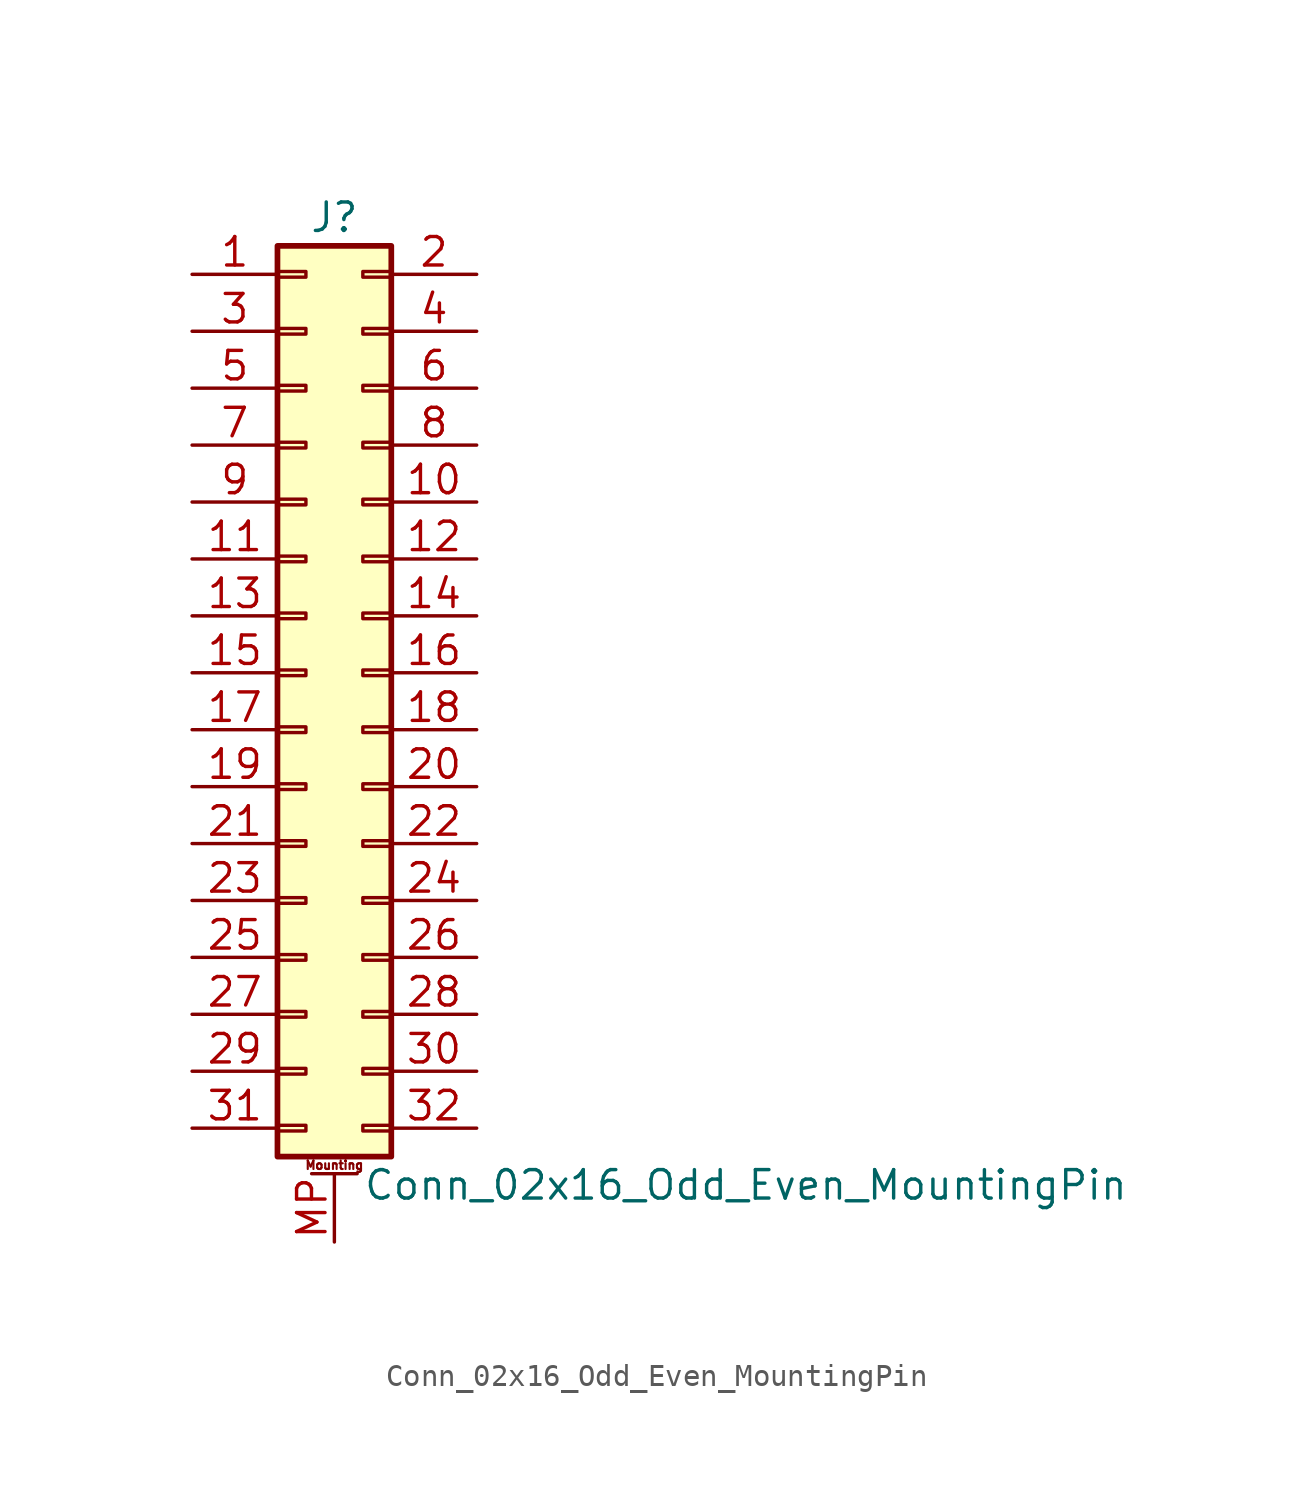
<source format=kicad_sym>
(kicad_symbol_lib
  (version 20211014)
  (generator kicad_symbol_editor)
  (symbol "Conn_02x16_Odd_Even_MountingPin"
    (pin_names
      (offset 1.016) hide)
    (property "Reference" "J"
      (at 1.27 20.32 0)
      (effects (font (size 1.27 1.27))))
    (property "Value" "Conn_02x16_Odd_Even_MountingPin"
      (at 2.54 -22.86 0)
      (effects (font (size 1.27 1.27)) (justify left)))
    (symbol "Conn_02x16_Odd_Even_MountingPin_1_1"
      (rectangle (start -1.27 -20.193) (end 0 -20.447) (stroke (width 0.152) (type default) (color 0 0 0 0)) (fill (type none)))
      (rectangle (start -1.27 -17.653) (end 0 -17.907) (stroke (width 0.152) (type default) (color 0 0 0 0)) (fill (type none)))
      (rectangle (start -1.27 -15.113) (end 0 -15.367) (stroke (width 0.152) (type default) (color 0 0 0 0)) (fill (type none)))
      (rectangle (start -1.27 -12.573) (end 0 -12.827) (stroke (width 0.152) (type default) (color 0 0 0 0)) (fill (type none)))
      (rectangle (start -1.27 -10.033) (end 0 -10.287) (stroke (width 0.152) (type default) (color 0 0 0 0)) (fill (type none)))
      (rectangle (start -1.27 -7.493) (end 0 -7.747) (stroke (width 0.152) (type default) (color 0 0 0 0)) (fill (type none)))
      (rectangle (start -1.27 -4.953) (end 0 -5.207) (stroke (width 0.152) (type default) (color 0 0 0 0)) (fill (type none)))
      (rectangle (start -1.27 -2.413) (end 0 -2.667) (stroke (width 0.152) (type default) (color 0 0 0 0)) (fill (type none)))
      (rectangle (start -1.27 0.127) (end 0 -0.127) (stroke (width 0.152) (type default) (color 0 0 0 0)) (fill (type none)))
      (rectangle (start -1.27 2.667) (end 0 2.413) (stroke (width 0.152) (type default) (color 0 0 0 0)) (fill (type none)))
      (rectangle (start -1.27 5.207) (end 0 4.953) (stroke (width 0.152) (type default) (color 0 0 0 0)) (fill (type none)))
      (rectangle (start -1.27 7.747) (end 0 7.493) (stroke (width 0.152) (type default) (color 0 0 0 0)) (fill (type none)))
      (rectangle (start -1.27 10.287) (end 0 10.033) (stroke (width 0.152) (type default) (color 0 0 0 0)) (fill (type none)))
      (rectangle (start -1.27 12.827) (end 0 12.573) (stroke (width 0.152) (type default) (color 0 0 0 0)) (fill (type none)))
      (rectangle (start -1.27 15.367) (end 0 15.113) (stroke (width 0.152) (type default) (color 0 0 0 0)) (fill (type none)))
      (rectangle (start -1.27 17.907) (end 0 17.653) (stroke (width 0.152) (type default) (color 0 0 0 0)) (fill (type none)))
      (rectangle (start -1.27 19.05) (end 3.81 -21.59) (stroke (width 0.254) (type default) (color 0 0 0 0)) (fill (type background)))
      (polyline (pts (xy 0.254 -22.352) (xy 2.286 -22.352)) (stroke (width 0.152) (type default) (color 0 0 0 0)) (fill (type none)))
      (rectangle (start 3.81 -20.193) (end 2.54 -20.447) (stroke (width 0.152) (type default) (color 0 0 0 0)) (fill (type none)))
      (rectangle (start 3.81 -17.653) (end 2.54 -17.907) (stroke (width 0.152) (type default) (color 0 0 0 0)) (fill (type none)))
      (rectangle (start 3.81 -15.113) (end 2.54 -15.367) (stroke (width 0.152) (type default) (color 0 0 0 0)) (fill (type none)))
      (rectangle (start 3.81 -12.573) (end 2.54 -12.827) (stroke (width 0.152) (type default) (color 0 0 0 0)) (fill (type none)))
      (rectangle (start 3.81 -10.033) (end 2.54 -10.287) (stroke (width 0.152) (type default) (color 0 0 0 0)) (fill (type none)))
      (rectangle (start 3.81 -7.493) (end 2.54 -7.747) (stroke (width 0.152) (type default) (color 0 0 0 0)) (fill (type none)))
      (rectangle (start 3.81 -4.953) (end 2.54 -5.207) (stroke (width 0.152) (type default) (color 0 0 0 0)) (fill (type none)))
      (rectangle (start 3.81 -2.413) (end 2.54 -2.667) (stroke (width 0.152) (type default) (color 0 0 0 0)) (fill (type none)))
      (rectangle (start 3.81 0.127) (end 2.54 -0.127) (stroke (width 0.152) (type default) (color 0 0 0 0)) (fill (type none)))
      (rectangle (start 3.81 2.667) (end 2.54 2.413) (stroke (width 0.152) (type default) (color 0 0 0 0)) (fill (type none)))
      (rectangle (start 3.81 5.207) (end 2.54 4.953) (stroke (width 0.152) (type default) (color 0 0 0 0)) (fill (type none)))
      (rectangle (start 3.81 7.747) (end 2.54 7.493) (stroke (width 0.152) (type default) (color 0 0 0 0)) (fill (type none)))
      (rectangle (start 3.81 10.287) (end 2.54 10.033) (stroke (width 0.152) (type default) (color 0 0 0 0)) (fill (type none)))
      (rectangle (start 3.81 12.827) (end 2.54 12.573) (stroke (width 0.152) (type default) (color 0 0 0 0)) (fill (type none)))
      (rectangle (start 3.81 15.367) (end 2.54 15.113) (stroke (width 0.152) (type default) (color 0 0 0 0)) (fill (type none)))
      (rectangle (start 3.81 17.907) (end 2.54 17.653) (stroke (width 0.152) (type default) (color 0 0 0 0)) (fill (type none)))
      (text "Mounting" (at 1.27 -21.971 0) (effects (font (size 0.381 0.381))))
      (pin passive line (at -5.08 17.78 0) (length 3.81) (name "Pin_1" (effects (font (size 1.27 1.27)))) (number "1" (effects (font (size 1.27 1.27)))))
      (pin passive line (at 7.62 7.62 180) (length 3.81) (name "Pin_10" (effects (font (size 1.27 1.27)))) (number "10" (effects (font (size 1.27 1.27)))))
      (pin passive line (at -5.08 5.08 0) (length 3.81) (name "Pin_11" (effects (font (size 1.27 1.27)))) (number "11" (effects (font (size 1.27 1.27)))))
      (pin passive line (at 7.62 5.08 180) (length 3.81) (name "Pin_12" (effects (font (size 1.27 1.27)))) (number "12" (effects (font (size 1.27 1.27)))))
      (pin passive line (at -5.08 2.54 0) (length 3.81) (name "Pin_13" (effects (font (size 1.27 1.27)))) (number "13" (effects (font (size 1.27 1.27)))))
      (pin passive line (at 7.62 2.54 180) (length 3.81) (name "Pin_14" (effects (font (size 1.27 1.27)))) (number "14" (effects (font (size 1.27 1.27)))))
      (pin passive line (at -5.08 0 0) (length 3.81) (name "Pin_15" (effects (font (size 1.27 1.27)))) (number "15" (effects (font (size 1.27 1.27)))))
      (pin passive line (at 7.62 0 180) (length 3.81) (name "Pin_16" (effects (font (size 1.27 1.27)))) (number "16" (effects (font (size 1.27 1.27)))))
      (pin passive line (at -5.08 -2.54 0) (length 3.81) (name "Pin_17" (effects (font (size 1.27 1.27)))) (number "17" (effects (font (size 1.27 1.27)))))
      (pin passive line (at 7.62 -2.54 180) (length 3.81) (name "Pin_18" (effects (font (size 1.27 1.27)))) (number "18" (effects (font (size 1.27 1.27)))))
      (pin passive line (at -5.08 -5.08 0) (length 3.81) (name "Pin_19" (effects (font (size 1.27 1.27)))) (number "19" (effects (font (size 1.27 1.27)))))
      (pin passive line (at 7.62 17.78 180) (length 3.81) (name "Pin_2" (effects (font (size 1.27 1.27)))) (number "2" (effects (font (size 1.27 1.27)))))
      (pin passive line (at 7.62 -5.08 180) (length 3.81) (name "Pin_20" (effects (font (size 1.27 1.27)))) (number "20" (effects (font (size 1.27 1.27)))))
      (pin passive line (at -5.08 -7.62 0) (length 3.81) (name "Pin_21" (effects (font (size 1.27 1.27)))) (number "21" (effects (font (size 1.27 1.27)))))
      (pin passive line (at 7.62 -7.62 180) (length 3.81) (name "Pin_22" (effects (font (size 1.27 1.27)))) (number "22" (effects (font (size 1.27 1.27)))))
      (pin passive line (at -5.08 -10.16 0) (length 3.81) (name "Pin_23" (effects (font (size 1.27 1.27)))) (number "23" (effects (font (size 1.27 1.27)))))
      (pin passive line (at 7.62 -10.16 180) (length 3.81) (name "Pin_24" (effects (font (size 1.27 1.27)))) (number "24" (effects (font (size 1.27 1.27)))))
      (pin passive line (at -5.08 -12.7 0) (length 3.81) (name "Pin_25" (effects (font (size 1.27 1.27)))) (number "25" (effects (font (size 1.27 1.27)))))
      (pin passive line (at 7.62 -12.7 180) (length 3.81) (name "Pin_26" (effects (font (size 1.27 1.27)))) (number "26" (effects (font (size 1.27 1.27)))))
      (pin passive line (at -5.08 -15.24 0) (length 3.81) (name "Pin_27" (effects (font (size 1.27 1.27)))) (number "27" (effects (font (size 1.27 1.27)))))
      (pin passive line (at 7.62 -15.24 180) (length 3.81) (name "Pin_28" (effects (font (size 1.27 1.27)))) (number "28" (effects (font (size 1.27 1.27)))))
      (pin passive line (at -5.08 -17.78 0) (length 3.81) (name "Pin_29" (effects (font (size 1.27 1.27)))) (number "29" (effects (font (size 1.27 1.27)))))
      (pin passive line (at -5.08 15.24 0) (length 3.81) (name "Pin_3" (effects (font (size 1.27 1.27)))) (number "3" (effects (font (size 1.27 1.27)))))
      (pin passive line (at 7.62 -17.78 180) (length 3.81) (name "Pin_30" (effects (font (size 1.27 1.27)))) (number "30" (effects (font (size 1.27 1.27)))))
      (pin passive line (at -5.08 -20.32 0) (length 3.81) (name "Pin_31" (effects (font (size 1.27 1.27)))) (number "31" (effects (font (size 1.27 1.27)))))
      (pin passive line (at 7.62 -20.32 180) (length 3.81) (name "Pin_32" (effects (font (size 1.27 1.27)))) (number "32" (effects (font (size 1.27 1.27)))))
      (pin passive line (at 7.62 15.24 180) (length 3.81) (name "Pin_4" (effects (font (size 1.27 1.27)))) (number "4" (effects (font (size 1.27 1.27)))))
      (pin passive line (at -5.08 12.7 0) (length 3.81) (name "Pin_5" (effects (font (size 1.27 1.27)))) (number "5" (effects (font (size 1.27 1.27)))))
      (pin passive line (at 7.62 12.7 180) (length 3.81) (name "Pin_6" (effects (font (size 1.27 1.27)))) (number "6" (effects (font (size 1.27 1.27)))))
      (pin passive line (at -5.08 10.16 0) (length 3.81) (name "Pin_7" (effects (font (size 1.27 1.27)))) (number "7" (effects (font (size 1.27 1.27)))))
      (pin passive line (at 7.62 10.16 180) (length 3.81) (name "Pin_8" (effects (font (size 1.27 1.27)))) (number "8" (effects (font (size 1.27 1.27)))))
      (pin passive line (at -5.08 7.62 0) (length 3.81) (name "Pin_9" (effects (font (size 1.27 1.27)))) (number "9" (effects (font (size 1.27 1.27)))))
      (pin passive line (at 1.27 -25.4 90) (length 3.048) (name "MountPin" (effects (font (size 1.27 1.27)))) (number "MP" (effects (font (size 1.27 1.27))))))))
</source>
